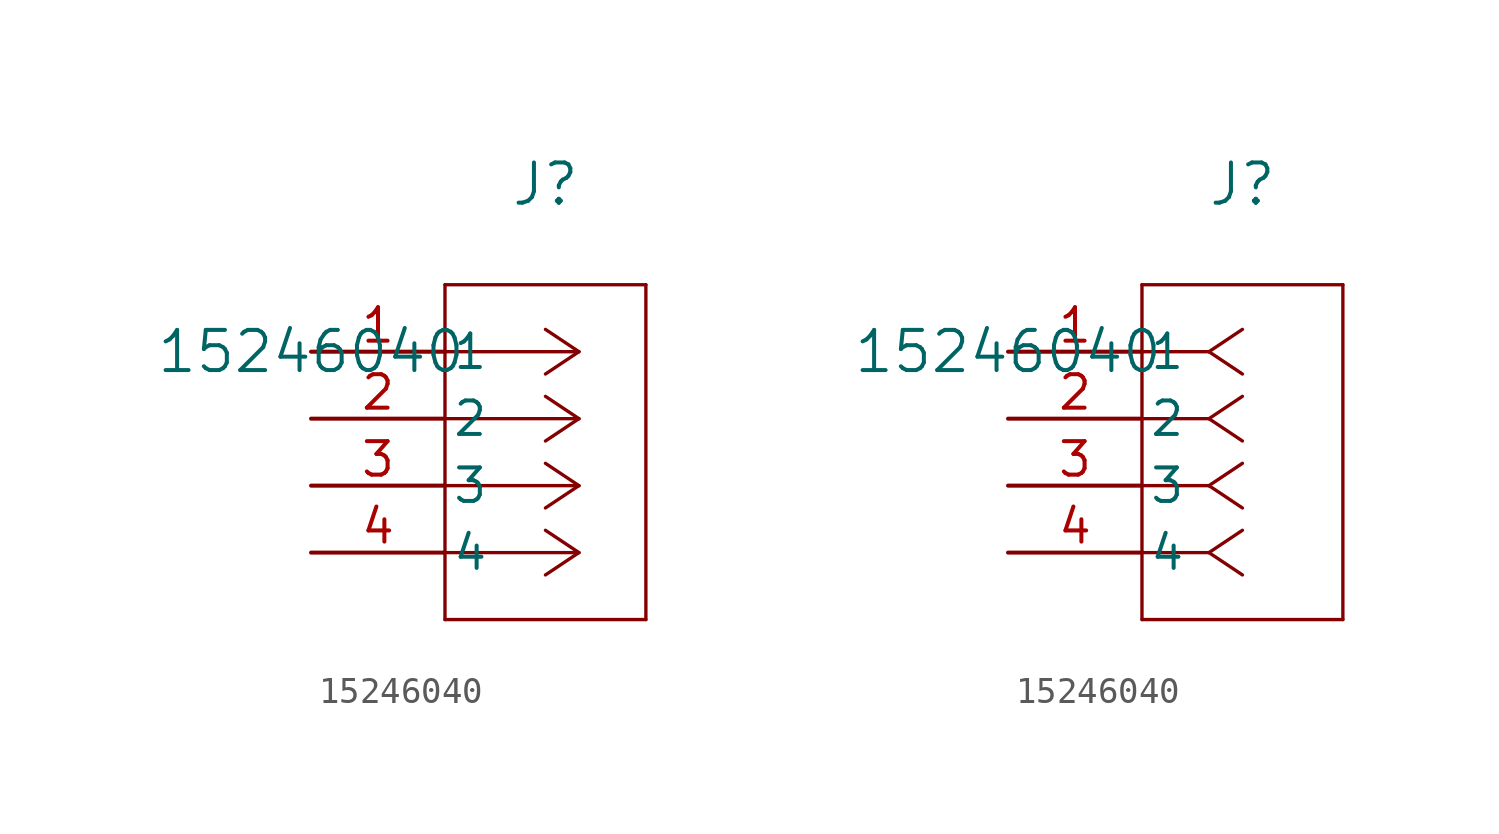
<source format=kicad_sym>
(kicad_symbol_lib
  (version 20241209)
  (generator "kicad_symbol_editor")
  (generator_version "9.0")
  (symbol "15246040"
    (pin_names
      (offset 0.254))
    (property "Reference" "J"
      (at 8.89 6.35 0)
      (effects (font (size 1.524 1.524))))
    (property "Value" "15246040"
      (at 0 0 0)
      (effects (font (size 1.524 1.524))))
    (property "ki_locked" ""
      (at 0 0 0)
      (effects (font (size 1.27 1.27))))
    (symbol "15246040_1_1"
      (polyline (pts (xy 5.08 2.54) (xy 5.08 -10.16)) (stroke (width 0.127) (type default)) (fill (type none)))
      (polyline (pts (xy 5.08 -10.16) (xy 12.7 -10.16)) (stroke (width 0.127) (type default)) (fill (type none)))
      (polyline (pts (xy 10.16 0) (xy 5.08 0)) (stroke (width 0.127) (type default)) (fill (type none)))
      (polyline (pts (xy 10.16 0) (xy 8.89 0.847)) (stroke (width 0.127) (type default)) (fill (type none)))
      (polyline (pts (xy 10.16 0) (xy 8.89 -0.847)) (stroke (width 0.127) (type default)) (fill (type none)))
      (polyline (pts (xy 10.16 -2.54) (xy 5.08 -2.54)) (stroke (width 0.127) (type default)) (fill (type none)))
      (polyline (pts (xy 10.16 -2.54) (xy 8.89 -1.693)) (stroke (width 0.127) (type default)) (fill (type none)))
      (polyline (pts (xy 10.16 -2.54) (xy 8.89 -3.387)) (stroke (width 0.127) (type default)) (fill (type none)))
      (polyline (pts (xy 10.16 -5.08) (xy 5.08 -5.08)) (stroke (width 0.127) (type default)) (fill (type none)))
      (polyline (pts (xy 10.16 -5.08) (xy 8.89 -4.233)) (stroke (width 0.127) (type default)) (fill (type none)))
      (polyline (pts (xy 10.16 -5.08) (xy 8.89 -5.927)) (stroke (width 0.127) (type default)) (fill (type none)))
      (polyline (pts (xy 10.16 -7.62) (xy 5.08 -7.62)) (stroke (width 0.127) (type default)) (fill (type none)))
      (polyline (pts (xy 10.16 -7.62) (xy 8.89 -6.773)) (stroke (width 0.127) (type default)) (fill (type none)))
      (polyline (pts (xy 10.16 -7.62) (xy 8.89 -8.467)) (stroke (width 0.127) (type default)) (fill (type none)))
      (polyline (pts (xy 12.7 2.54) (xy 5.08 2.54)) (stroke (width 0.127) (type default)) (fill (type none)))
      (polyline (pts (xy 12.7 -10.16) (xy 12.7 2.54)) (stroke (width 0.127) (type default)) (fill (type none)))
      (pin unspecified line (at 0 0 0) (length 5.08) (name "1" (effects (font (size 1.27 1.27)))) (number "1" (effects (font (size 1.27 1.27)))))
      (pin unspecified line (at 0 -2.54 0) (length 5.08) (name "2" (effects (font (size 1.27 1.27)))) (number "2" (effects (font (size 1.27 1.27)))))
      (pin unspecified line (at 0 -5.08 0) (length 5.08) (name "3" (effects (font (size 1.27 1.27)))) (number "3" (effects (font (size 1.27 1.27)))))
      (pin unspecified line (at 0 -7.62 0) (length 5.08) (name "4" (effects (font (size 1.27 1.27)))) (number "4" (effects (font (size 1.27 1.27))))))
    (symbol "15246040_1_2"
      (polyline (pts (xy 5.08 2.54) (xy 5.08 -10.16)) (stroke (width 0.127) (type default)) (fill (type none)))
      (polyline (pts (xy 5.08 -10.16) (xy 12.7 -10.16)) (stroke (width 0.127) (type default)) (fill (type none)))
      (polyline (pts (xy 7.62 0) (xy 5.08 0)) (stroke (width 0.127) (type default)) (fill (type none)))
      (polyline (pts (xy 7.62 0) (xy 8.89 0.847)) (stroke (width 0.127) (type default)) (fill (type none)))
      (polyline (pts (xy 7.62 0) (xy 8.89 -0.847)) (stroke (width 0.127) (type default)) (fill (type none)))
      (polyline (pts (xy 7.62 -2.54) (xy 5.08 -2.54)) (stroke (width 0.127) (type default)) (fill (type none)))
      (polyline (pts (xy 7.62 -2.54) (xy 8.89 -1.693)) (stroke (width 0.127) (type default)) (fill (type none)))
      (polyline (pts (xy 7.62 -2.54) (xy 8.89 -3.387)) (stroke (width 0.127) (type default)) (fill (type none)))
      (polyline (pts (xy 7.62 -5.08) (xy 5.08 -5.08)) (stroke (width 0.127) (type default)) (fill (type none)))
      (polyline (pts (xy 7.62 -5.08) (xy 8.89 -4.233)) (stroke (width 0.127) (type default)) (fill (type none)))
      (polyline (pts (xy 7.62 -5.08) (xy 8.89 -5.927)) (stroke (width 0.127) (type default)) (fill (type none)))
      (polyline (pts (xy 7.62 -7.62) (xy 5.08 -7.62)) (stroke (width 0.127) (type default)) (fill (type none)))
      (polyline (pts (xy 7.62 -7.62) (xy 8.89 -6.773)) (stroke (width 0.127) (type default)) (fill (type none)))
      (polyline (pts (xy 7.62 -7.62) (xy 8.89 -8.467)) (stroke (width 0.127) (type default)) (fill (type none)))
      (polyline (pts (xy 12.7 2.54) (xy 5.08 2.54)) (stroke (width 0.127) (type default)) (fill (type none)))
      (polyline (pts (xy 12.7 -10.16) (xy 12.7 2.54)) (stroke (width 0.127) (type default)) (fill (type none)))
      (pin unspecified line (at 0 0 0) (length 5.08) (name "1" (effects (font (size 1.27 1.27)))) (number "1" (effects (font (size 1.27 1.27)))))
      (pin unspecified line (at 0 -2.54 0) (length 5.08) (name "2" (effects (font (size 1.27 1.27)))) (number "2" (effects (font (size 1.27 1.27)))))
      (pin unspecified line (at 0 -5.08 0) (length 5.08) (name "3" (effects (font (size 1.27 1.27)))) (number "3" (effects (font (size 1.27 1.27)))))
      (pin unspecified line (at 0 -7.62 0) (length 5.08) (name "4" (effects (font (size 1.27 1.27)))) (number "4" (effects (font (size 1.27 1.27))))))))
</source>
